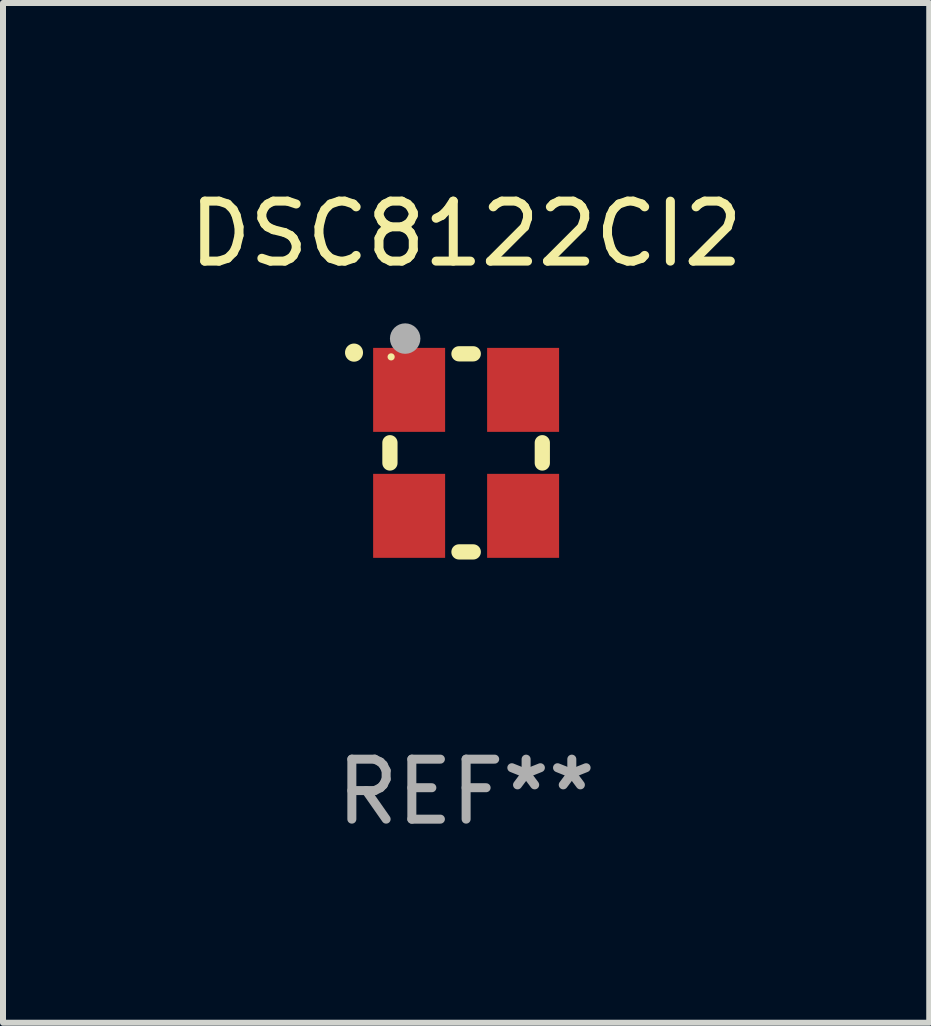
<source format=kicad_pcb>
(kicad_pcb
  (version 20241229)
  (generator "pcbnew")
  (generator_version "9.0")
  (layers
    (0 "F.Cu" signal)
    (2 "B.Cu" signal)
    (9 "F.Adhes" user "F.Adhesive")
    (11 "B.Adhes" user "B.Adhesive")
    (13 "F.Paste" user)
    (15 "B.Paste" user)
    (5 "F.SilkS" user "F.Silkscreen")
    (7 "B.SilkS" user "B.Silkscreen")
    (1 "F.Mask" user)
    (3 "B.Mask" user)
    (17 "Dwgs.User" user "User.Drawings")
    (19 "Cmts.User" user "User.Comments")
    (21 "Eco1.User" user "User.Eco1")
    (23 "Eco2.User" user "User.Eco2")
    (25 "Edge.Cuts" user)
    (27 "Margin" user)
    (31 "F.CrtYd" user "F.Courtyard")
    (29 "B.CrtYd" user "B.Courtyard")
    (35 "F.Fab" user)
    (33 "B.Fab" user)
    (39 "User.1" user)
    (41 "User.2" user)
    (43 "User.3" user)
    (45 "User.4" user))
  (footprint "DSC8122CI2"
    (layer "F.Cu")
    (at 4.72 4.499)
    (property "Reference" "DSC8122CI2" (at 0 -3.651 0) (layer "F.SilkS") (effects (font (size 1 1) (thickness 0.15))))
    (attr through_hole)
    (fp_line (start -1.27 -0.169) (end -1.27 0.169) (stroke (width 0.254) (type solid)) (layer "F.SilkS"))
    (fp_line (start 0.119 -1.651) (end -0.119 -1.651) (stroke (width 0.254) (type solid)) (layer "F.SilkS"))
    (fp_line (start 0.119 1.651) (end -0.119 1.651) (stroke (width 0.254) (type solid)) (layer "F.SilkS"))
    (fp_line (start 1.27 -0.169) (end 1.27 0.169) (stroke (width 0.254) (type solid)) (layer "F.SilkS"))
    (fp_arc (start -1.868631 -1.669799) (mid -1.868636 -1.671069) (end -1.868631 -1.672339) (stroke (width 0.3) (type solid)) (layer "F.SilkS"))
    (fp_circle (center -1.25 -1.6) (end -1.22 -1.6) (stroke (width 0.06) (type solid)) (fill no) (layer "F.SilkS"))
    (fp_circle (center -1.016 -1.905) (end -0.889 -1.905) (stroke (width 0.254) (type solid)) (fill no) (layer "F.Fab"))
    (fp_text user "REF**" (at 0 5.651 0) (layer "F.Fab") (effects (font (size 1 1) (thickness 0.15))))
    (pad "1" smd rect (at -0.95 -1.05 90) (size 1.4 1.2) (layers "F.Cu" "F.Mask" "F.Paste"))
    (pad "2" smd rect (at -0.95 1.05 90) (size 1.4 1.2) (layers "F.Cu" "F.Mask" "F.Paste"))
    (pad "3" smd rect (at 0.95 1.05 90) (size 1.4 1.2) (layers "F.Cu" "F.Mask" "F.Paste"))
    (pad "4" smd rect (at 0.95 -1.05 90) (size 1.4 1.2) (layers "F.Cu" "F.Mask" "F.Paste")))
  (gr_rect
    (start -3 -3)
    (end 12.44 13.999)
    (stroke (width 0.1) (type default))
    (fill no)
    (layer "Edge.Cuts")))
</source>
